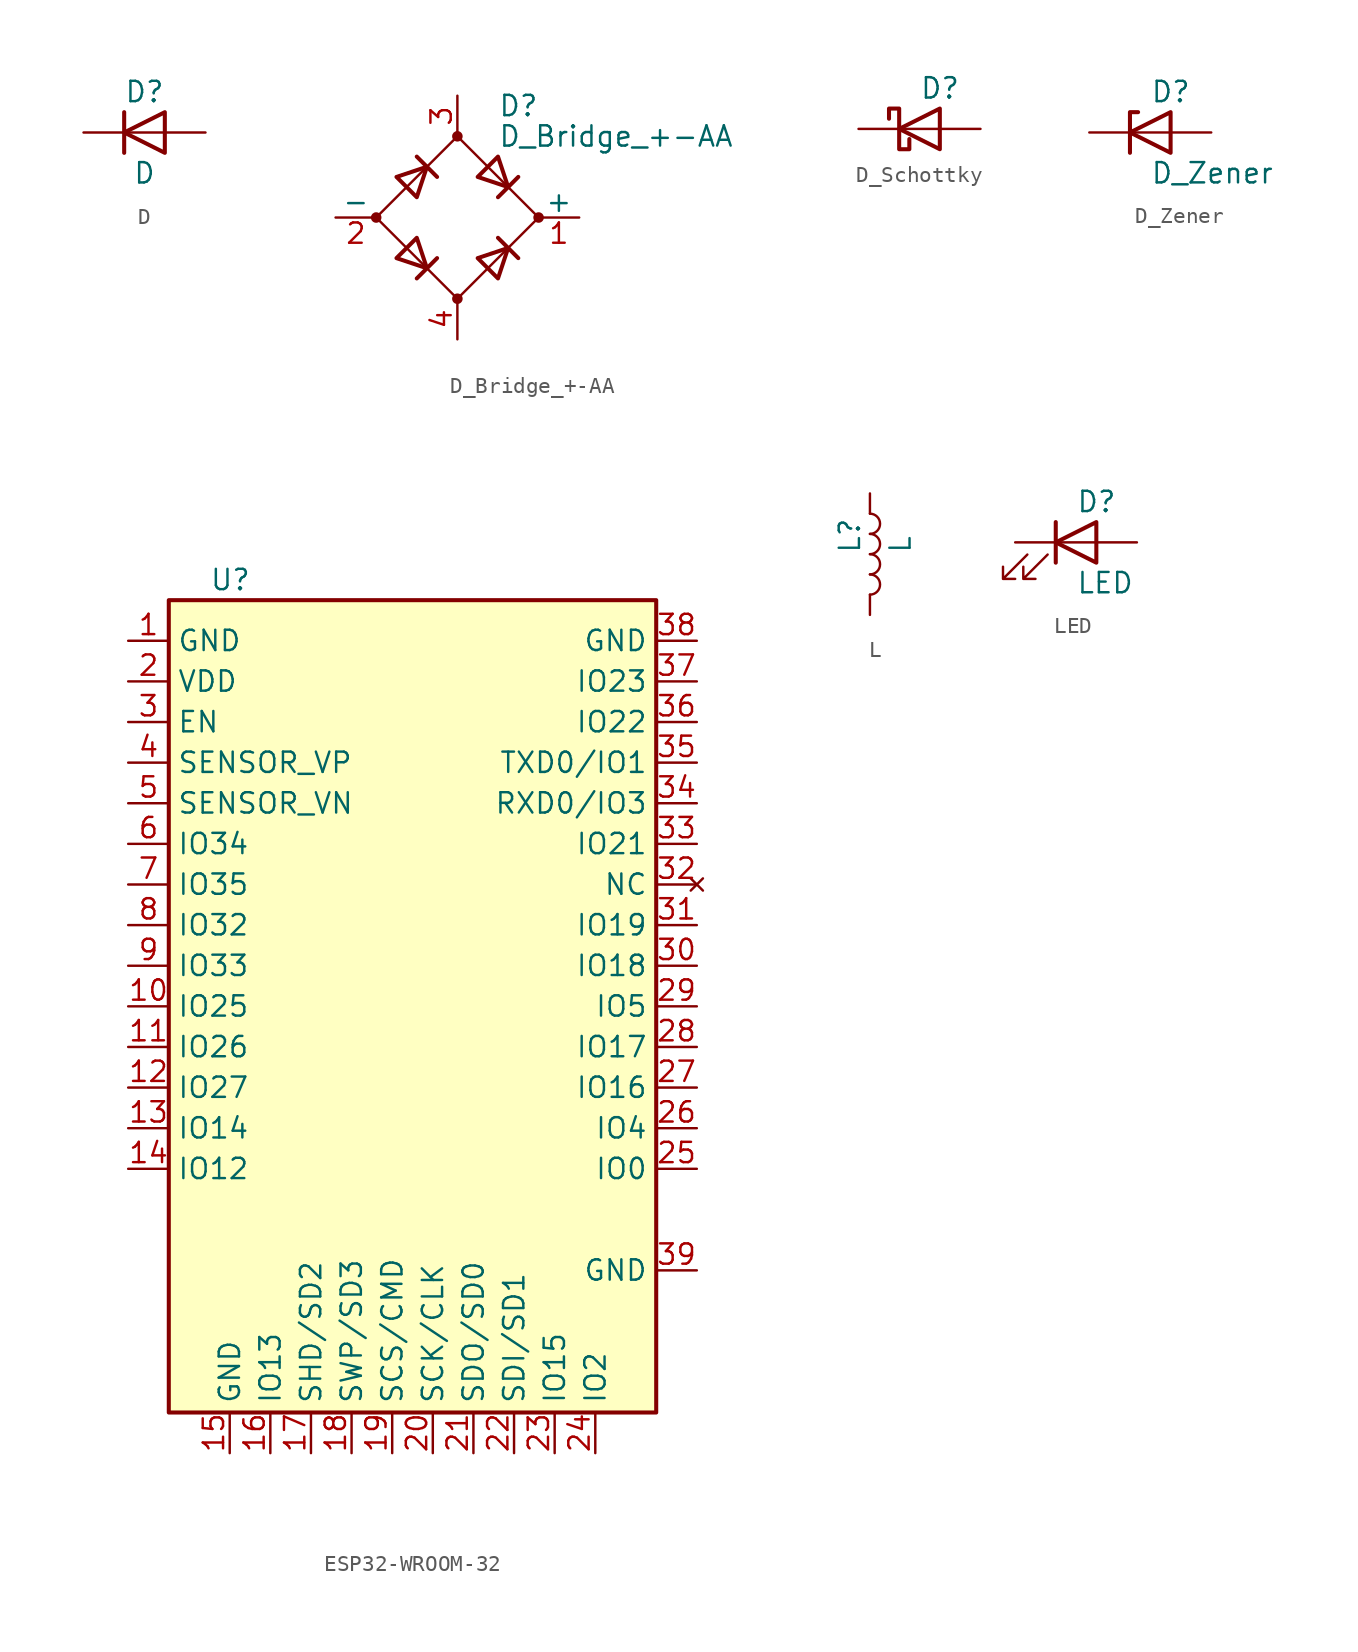
<source format=kicad_sym>
(kicad_symbol_lib
  (version 20220914)
  (generator kicad_symbol_editor)
  (symbol "D"
    (pin_numbers hide)
    (pin_names
      (offset 1.016) hide)
    (property "Reference" "D"
      (at 0 2.54 0)
      (effects (font (size 1.27 1.27))))
    (property "Value" "D"
      (at 0 -2.54 0)
      (effects (font (size 1.27 1.27))))
    (property "Current" ""
      (at 0 0 0)
      (effects (font (size 1.27 1.27))))
    (symbol "D_0_1"
      (polyline (pts (xy -1.27 1.27) (xy -1.27 -1.27)) (stroke (width 0.254) (type default)) (fill (type none)))
      (polyline (pts (xy 1.27 0) (xy -1.27 0)) (stroke (width 0) (type default)) (fill (type none)))
      (polyline (pts (xy 1.27 1.27) (xy 1.27 -1.27) (xy -1.27 0) (xy 1.27 1.27)) (stroke (width 0.254) (type default)) (fill (type none))))
    (symbol "D_1_1"
      (pin passive line (at -3.81 0 0) (length 2.54) (name "K" (effects (font (size 1.27 1.27)))) (number "1" (effects (font (size 1.27 1.27)))))
      (pin passive line (at 3.81 0 180) (length 2.54) (name "A" (effects (font (size 1.27 1.27)))) (number "2" (effects (font (size 1.27 1.27)))))))
  (symbol "D_Bridge_+-AA"
    (pin_names
      (offset 0))
    (property "Reference" "D"
      (at 2.54 6.985 0)
      (effects (font (size 1.27 1.27)) (justify left)))
    (property "Value" "D_Bridge_+-AA"
      (at 2.54 5.08 0)
      (effects (font (size 1.27 1.27)) (justify left)))
    (property "Manufacturer" ""
      (at 0 0 0)
      (effects (font (size 1.27 1.27)) (justify left)))
    (property "Manufacturer Part Number" ""
      (at 0 0 0)
      (effects (font (size 1.27 1.27)) (justify left)))
    (symbol "D_Bridge_+-AA_0_1"
      (circle (center -5.08 0) (radius 0.254) (stroke (width 0) (type default)) (fill (type outline)))
      (circle (center 0 -5.08) (radius 0.254) (stroke (width 0) (type default)) (fill (type outline)))
      (polyline (pts (xy -2.54 3.81) (xy -1.27 2.54)) (stroke (width 0.254) (type default)) (fill (type none)))
      (polyline (pts (xy -1.27 -2.54) (xy -2.54 -3.81)) (stroke (width 0.254) (type default)) (fill (type none)))
      (polyline (pts (xy 2.54 -1.27) (xy 3.81 -2.54)) (stroke (width 0.254) (type default)) (fill (type none)))
      (polyline (pts (xy 2.54 1.27) (xy 3.81 2.54)) (stroke (width 0.254) (type default)) (fill (type none)))
      (polyline (pts (xy -3.81 2.54) (xy -2.54 1.27) (xy -1.905 3.175) (xy -3.81 2.54)) (stroke (width 0.254) (type default)) (fill (type none)))
      (polyline (pts (xy -2.54 -1.27) (xy -3.81 -2.54) (xy -1.905 -3.175) (xy -2.54 -1.27)) (stroke (width 0.254) (type default)) (fill (type none)))
      (polyline (pts (xy 1.27 2.54) (xy 2.54 3.81) (xy 3.175 1.905) (xy 1.27 2.54)) (stroke (width 0.254) (type default)) (fill (type none)))
      (polyline (pts (xy 3.175 -1.905) (xy 1.27 -2.54) (xy 2.54 -3.81) (xy 3.175 -1.905)) (stroke (width 0.254) (type default)) (fill (type none)))
      (polyline (pts (xy -5.08 0) (xy 0 -5.08) (xy 5.08 0) (xy 0 5.08) (xy -5.08 0)) (stroke (width 0) (type default)) (fill (type none)))
      (circle (center 0 5.08) (radius 0.254) (stroke (width 0) (type default)) (fill (type outline)))
      (circle (center 5.08 0) (radius 0.254) (stroke (width 0) (type default)) (fill (type outline))))
    (symbol "D_Bridge_+-AA_1_1"
      (pin passive line (at 7.62 0 180) (length 2.54) (name "+" (effects (font (size 1.27 1.27)))) (number "1" (effects (font (size 1.27 1.27)))))
      (pin passive line (at -7.62 0 0) (length 2.54) (name "-" (effects (font (size 1.27 1.27)))) (number "2" (effects (font (size 1.27 1.27)))))
      (pin passive line (at 0 7.62 270) (length 2.54) (name "~" (effects (font (size 1.27 1.27)))) (number "3" (effects (font (size 1.27 1.27)))))
      (pin passive line (at 0 -7.62 90) (length 2.54) (name "~" (effects (font (size 1.27 1.27)))) (number "4" (effects (font (size 1.27 1.27)))))))
  (symbol "D_Schottky"
    (pin_numbers hide)
    (pin_names
      (offset 1.016) hide)
    (property "Reference" "D"
      (at 0 2.54 0)
      (effects (font (size 1.27 1.27)) (justify left)))
    (property "Current" ""
      (at 0 0 0)
      (effects (font (size 1.27 1.27)) (justify left)))
    (property "Break Down Voltage" ""
      (at 0 0 0)
      (effects (font (size 1.27 1.27)) (justify left)))
    (symbol "D_Schottky_0_1"
      (polyline (pts (xy 1.27 0) (xy -1.27 0)) (stroke (width 0) (type default)) (fill (type none)))
      (polyline (pts (xy 1.27 1.27) (xy 1.27 -1.27) (xy -1.27 0) (xy 1.27 1.27)) (stroke (width 0.254) (type default)) (fill (type none)))
      (polyline (pts (xy -1.905 0.635) (xy -1.905 1.27) (xy -1.27 1.27) (xy -1.27 -1.27) (xy -0.635 -1.27) (xy -0.635 -0.635)) (stroke (width 0.254) (type default)) (fill (type none))))
    (symbol "D_Schottky_1_1"
      (pin passive line (at -3.81 0 0) (length 2.54) (name "K" (effects (font (size 1.27 1.27)))) (number "1" (effects (font (size 1.27 1.27)))))
      (pin passive line (at 3.81 0 180) (length 2.54) (name "A" (effects (font (size 1.27 1.27)))) (number "2" (effects (font (size 1.27 1.27)))))))
  (symbol "D_Zener"
    (pin_numbers hide)
    (pin_names
      (offset 1.016) hide)
    (property "Reference" "D"
      (at 0 2.54 0)
      (effects (font (size 1.27 1.27)) (justify left)))
    (property "Value" "D_Zener"
      (at 0 -2.54 0)
      (effects (font (size 1.27 1.27)) (justify left)))
    (property "Current" ""
      (at 0 0 0)
      (effects (font (size 1.27 1.27)) (justify left)))
    (symbol "D_Zener_0_1"
      (polyline (pts (xy 1.27 0) (xy -1.27 0)) (stroke (width 0) (type default)) (fill (type none)))
      (polyline (pts (xy -1.27 -1.27) (xy -1.27 1.27) (xy -0.762 1.27)) (stroke (width 0.254) (type default)) (fill (type none)))
      (polyline (pts (xy 1.27 -1.27) (xy 1.27 1.27) (xy -1.27 0) (xy 1.27 -1.27)) (stroke (width 0.254) (type default)) (fill (type none))))
    (symbol "D_Zener_1_1"
      (pin passive line (at -3.81 0 0) (length 2.54) (name "K" (effects (font (size 1.27 1.27)))) (number "1" (effects (font (size 1.27 1.27)))))
      (pin passive line (at 3.81 0 180) (length 2.54) (name "A" (effects (font (size 1.27 1.27)))) (number "2" (effects (font (size 1.27 1.27)))))))
  (symbol "ESP32-WROOM-32"
    (property "Reference" "U"
      (at -12.7 34.29 0)
      (effects (font (size 1.27 1.27)) (justify left)))
    (property "Manufacturer" ""
      (at 0 0 0)
      (effects (font (size 1.27 1.27))))
    (property "Manufacturer Part Number" ""
      (at 0 0 0)
      (effects (font (size 1.27 1.27))))
    (symbol "ESP32-WROOM-32_0_1"
      (rectangle (start -15.24 33.02) (end 15.24 -17.78) (stroke (width 0.254) (type default)) (fill (type background))))
    (symbol "ESP32-WROOM-32_1_1"
      (pin power_in line (at -17.78 30.48 0) (length 2.54) (name "GND" (effects (font (size 1.27 1.27)))) (number "1" (effects (font (size 1.27 1.27)))))
      (pin bidirectional line (at -17.78 7.62 0) (length 2.54) (name "IO25" (effects (font (size 1.27 1.27)))) (number "10" (effects (font (size 1.27 1.27)))))
      (pin bidirectional line (at -17.78 5.08 0) (length 2.54) (name "IO26" (effects (font (size 1.27 1.27)))) (number "11" (effects (font (size 1.27 1.27)))))
      (pin bidirectional line (at -17.78 2.54 0) (length 2.54) (name "IO27" (effects (font (size 1.27 1.27)))) (number "12" (effects (font (size 1.27 1.27)))))
      (pin bidirectional line (at -17.78 0 0) (length 2.54) (name "IO14" (effects (font (size 1.27 1.27)))) (number "13" (effects (font (size 1.27 1.27)))))
      (pin bidirectional line (at -17.78 -2.54 0) (length 2.54) (name "IO12" (effects (font (size 1.27 1.27)))) (number "14" (effects (font (size 1.27 1.27)))))
      (pin power_in line (at -11.43 -20.32 90) (length 2.54) (name "GND" (effects (font (size 1.27 1.27)))) (number "15" (effects (font (size 1.27 1.27)))))
      (pin bidirectional line (at -8.89 -20.32 90) (length 2.54) (name "IO13" (effects (font (size 1.27 1.27)))) (number "16" (effects (font (size 1.27 1.27)))))
      (pin bidirectional line (at -6.35 -20.32 90) (length 2.54) (name "SHD/SD2" (effects (font (size 1.27 1.27)))) (number "17" (effects (font (size 1.27 1.27)))))
      (pin bidirectional line (at -3.81 -20.32 90) (length 2.54) (name "SWP/SD3" (effects (font (size 1.27 1.27)))) (number "18" (effects (font (size 1.27 1.27)))))
      (pin bidirectional line (at -1.27 -20.32 90) (length 2.54) (name "SCS/CMD" (effects (font (size 1.27 1.27)))) (number "19" (effects (font (size 1.27 1.27)))))
      (pin power_in line (at -17.78 27.94 0) (length 2.54) (name "VDD" (effects (font (size 1.27 1.27)))) (number "2" (effects (font (size 1.27 1.27)))))
      (pin bidirectional line (at 1.27 -20.32 90) (length 2.54) (name "SCK/CLK" (effects (font (size 1.27 1.27)))) (number "20" (effects (font (size 1.27 1.27)))))
      (pin bidirectional line (at 3.81 -20.32 90) (length 2.54) (name "SDO/SD0" (effects (font (size 1.27 1.27)))) (number "21" (effects (font (size 1.27 1.27)))))
      (pin bidirectional line (at 6.35 -20.32 90) (length 2.54) (name "SDI/SD1" (effects (font (size 1.27 1.27)))) (number "22" (effects (font (size 1.27 1.27)))))
      (pin bidirectional line (at 8.89 -20.32 90) (length 2.54) (name "IO15" (effects (font (size 1.27 1.27)))) (number "23" (effects (font (size 1.27 1.27)))))
      (pin bidirectional line (at 11.43 -20.32 90) (length 2.54) (name "IO2" (effects (font (size 1.27 1.27)))) (number "24" (effects (font (size 1.27 1.27)))))
      (pin bidirectional line (at 17.78 -2.54 180) (length 2.54) (name "IO0" (effects (font (size 1.27 1.27)))) (number "25" (effects (font (size 1.27 1.27)))))
      (pin bidirectional line (at 17.78 0 180) (length 2.54) (name "IO4" (effects (font (size 1.27 1.27)))) (number "26" (effects (font (size 1.27 1.27)))))
      (pin bidirectional line (at 17.78 2.54 180) (length 2.54) (name "IO16" (effects (font (size 1.27 1.27)))) (number "27" (effects (font (size 1.27 1.27)))))
      (pin bidirectional line (at 17.78 5.08 180) (length 2.54) (name "IO17" (effects (font (size 1.27 1.27)))) (number "28" (effects (font (size 1.27 1.27)))))
      (pin bidirectional line (at 17.78 7.62 180) (length 2.54) (name "IO5" (effects (font (size 1.27 1.27)))) (number "29" (effects (font (size 1.27 1.27)))))
      (pin input line (at -17.78 25.4 0) (length 2.54) (name "EN" (effects (font (size 1.27 1.27)))) (number "3" (effects (font (size 1.27 1.27)))))
      (pin bidirectional line (at 17.78 10.16 180) (length 2.54) (name "IO18" (effects (font (size 1.27 1.27)))) (number "30" (effects (font (size 1.27 1.27)))))
      (pin bidirectional line (at 17.78 12.7 180) (length 2.54) (name "IO19" (effects (font (size 1.27 1.27)))) (number "31" (effects (font (size 1.27 1.27)))))
      (pin no_connect line (at 17.78 15.24 180) (length 2.54) (name "NC" (effects (font (size 1.27 1.27)))) (number "32" (effects (font (size 1.27 1.27)))))
      (pin bidirectional line (at 17.78 17.78 180) (length 2.54) (name "IO21" (effects (font (size 1.27 1.27)))) (number "33" (effects (font (size 1.27 1.27)))))
      (pin bidirectional line (at 17.78 20.32 180) (length 2.54) (name "RXD0/IO3" (effects (font (size 1.27 1.27)))) (number "34" (effects (font (size 1.27 1.27)))))
      (pin bidirectional line (at 17.78 22.86 180) (length 2.54) (name "TXD0/IO1" (effects (font (size 1.27 1.27)))) (number "35" (effects (font (size 1.27 1.27)))))
      (pin bidirectional line (at 17.78 25.4 180) (length 2.54) (name "IO22" (effects (font (size 1.27 1.27)))) (number "36" (effects (font (size 1.27 1.27)))))
      (pin bidirectional line (at 17.78 27.94 180) (length 2.54) (name "IO23" (effects (font (size 1.27 1.27)))) (number "37" (effects (font (size 1.27 1.27)))))
      (pin power_in line (at 17.78 30.48 180) (length 2.54) (name "GND" (effects (font (size 1.27 1.27)))) (number "38" (effects (font (size 1.27 1.27)))))
      (pin power_in line (at 17.78 -8.89 180) (length 2.54) (name "GND" (effects (font (size 1.27 1.27)))) (number "39" (effects (font (size 1.27 1.27)))))
      (pin input line (at -17.78 22.86 0) (length 2.54) (name "SENSOR_VP" (effects (font (size 1.27 1.27)))) (number "4" (effects (font (size 1.27 1.27)))))
      (pin input line (at -17.78 20.32 0) (length 2.54) (name "SENSOR_VN" (effects (font (size 1.27 1.27)))) (number "5" (effects (font (size 1.27 1.27)))))
      (pin input line (at -17.78 17.78 0) (length 2.54) (name "IO34" (effects (font (size 1.27 1.27)))) (number "6" (effects (font (size 1.27 1.27)))))
      (pin input line (at -17.78 15.24 0) (length 2.54) (name "IO35" (effects (font (size 1.27 1.27)))) (number "7" (effects (font (size 1.27 1.27)))))
      (pin bidirectional line (at -17.78 12.7 0) (length 2.54) (name "IO32" (effects (font (size 1.27 1.27)))) (number "8" (effects (font (size 1.27 1.27)))))
      (pin bidirectional line (at -17.78 10.16 0) (length 2.54) (name "IO33" (effects (font (size 1.27 1.27)))) (number "9" (effects (font (size 1.27 1.27)))))))
  (symbol "L"
    (pin_numbers hide)
    (pin_names
      (offset 1.016) hide)
    (property "Reference" "L"
      (at -1.27 0 90)
      (effects (font (size 1.27 1.27)) (justify left)))
    (property "Value" "L"
      (at 1.905 0 90)
      (effects (font (size 1.27 1.27)) (justify left)))
    (property "Current" ""
      (at 0 0 0)
      (effects (font (size 1.27 1.27)) (justify left)))
    (symbol "L_0_1"
      (arc (start 0 -2.54) (mid 0.6323 -1.905) (end 0 -1.27) (stroke (width 0) (type default)) (fill (type none)))
      (arc (start 0 -1.27) (mid 0.6323 -0.635) (end 0 0) (stroke (width 0) (type default)) (fill (type none)))
      (arc (start 0 0) (mid 0.6323 0.635) (end 0 1.27) (stroke (width 0) (type default)) (fill (type none)))
      (arc (start 0 1.27) (mid 0.6323 1.905) (end 0 2.54) (stroke (width 0) (type default)) (fill (type none))))
    (symbol "L_1_1"
      (pin passive line (at 0 3.81 270) (length 1.27) (name "1" (effects (font (size 1.27 1.27)))) (number "1" (effects (font (size 1.27 1.27)))))
      (pin passive line (at 0 -3.81 90) (length 1.27) (name "2" (effects (font (size 1.27 1.27)))) (number "2" (effects (font (size 1.27 1.27)))))))
  (symbol "LED"
    (pin_numbers hide)
    (pin_names
      (offset 1.016) hide)
    (property "Reference" "D"
      (at 0 2.54 0)
      (effects (font (size 1.27 1.27)) (justify left)))
    (property "Value" "LED"
      (at 0 -2.54 0)
      (effects (font (size 1.27 1.27)) (justify left)))
    (property "Manufacturer" ""
      (at 0 0 0)
      (effects (font (size 1.27 1.27)) (justify left)))
    (property "Manufacturer Part Number" ""
      (at 0 0 0)
      (effects (font (size 1.27 1.27)) (justify left)))
    (property "Voltage" ""
      (at 0 0 0)
      (effects (font (size 1.27 1.27)) (justify left)))
    (property "Current" ""
      (at 0 0 0)
      (effects (font (size 1.27 1.27)) (justify left)))
    (symbol "LED_0_1"
      (polyline (pts (xy -1.27 -1.27) (xy -1.27 1.27)) (stroke (width 0.254) (type default)) (fill (type none)))
      (polyline (pts (xy -1.27 0) (xy 1.27 0)) (stroke (width 0) (type default)) (fill (type none)))
      (polyline (pts (xy 1.27 -1.27) (xy 1.27 1.27) (xy -1.27 0) (xy 1.27 -1.27)) (stroke (width 0.254) (type default)) (fill (type none)))
      (polyline (pts (xy -3.048 -0.762) (xy -4.572 -2.286) (xy -3.81 -2.286) (xy -4.572 -2.286) (xy -4.572 -1.524)) (stroke (width 0) (type default)) (fill (type none)))
      (polyline (pts (xy -1.778 -0.762) (xy -3.302 -2.286) (xy -2.54 -2.286) (xy -3.302 -2.286) (xy -3.302 -1.524)) (stroke (width 0) (type default)) (fill (type none))))
    (symbol "LED_1_1"
      (pin passive line (at -3.81 0 0) (length 2.54) (name "K" (effects (font (size 1.27 1.27)))) (number "1" (effects (font (size 1.27 1.27)))))
      (pin passive line (at 3.81 0 180) (length 2.54) (name "A" (effects (font (size 1.27 1.27)))) (number "2" (effects (font (size 1.27 1.27))))))))
</source>
